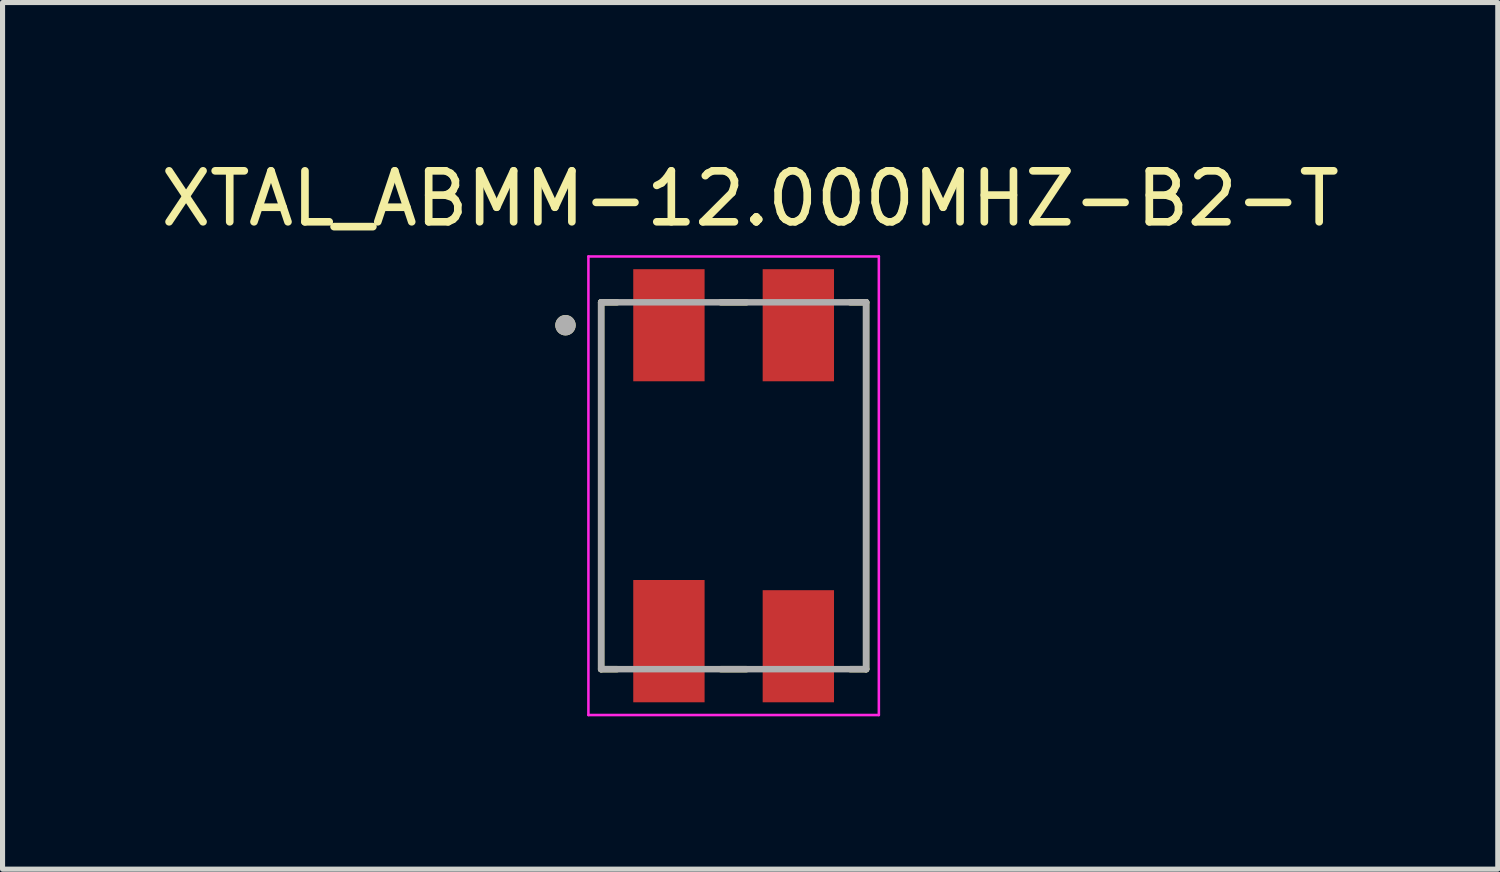
<source format=kicad_pcb>
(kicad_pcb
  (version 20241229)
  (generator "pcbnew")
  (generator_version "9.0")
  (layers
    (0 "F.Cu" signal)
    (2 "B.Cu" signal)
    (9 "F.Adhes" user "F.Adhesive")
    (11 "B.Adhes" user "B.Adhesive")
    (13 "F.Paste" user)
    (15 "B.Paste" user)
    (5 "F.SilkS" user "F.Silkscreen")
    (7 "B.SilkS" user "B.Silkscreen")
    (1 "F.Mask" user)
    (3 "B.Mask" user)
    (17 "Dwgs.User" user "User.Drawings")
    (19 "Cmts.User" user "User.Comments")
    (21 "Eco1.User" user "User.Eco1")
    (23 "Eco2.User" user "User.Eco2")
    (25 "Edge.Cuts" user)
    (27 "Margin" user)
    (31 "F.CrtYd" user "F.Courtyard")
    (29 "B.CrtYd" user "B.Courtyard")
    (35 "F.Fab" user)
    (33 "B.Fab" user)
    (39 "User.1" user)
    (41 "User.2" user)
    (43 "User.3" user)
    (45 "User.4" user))
  (footprint "XTAL_ABMM-12.000MHZ-B2-T"
    (layer "F.Cu")
    (at 11.348 6.483)
    (property "Reference" "XTAL_ABMM-12.000MHZ-B2-T" (at 0.325 -5.635 0) (layer "F.SilkS") (effects (font (size 1 1) (thickness 0.15))))
    (attr smd)
    (fp_line (start -2.6 -3.6) (end -2.29 -3.6) (stroke (width 0.127) (type solid)) (layer "F.SilkS"))
    (fp_line (start -2.6 3.6) (end -2.6 -3.6) (stroke (width 0.127) (type solid)) (layer "F.SilkS"))
    (fp_line (start -2.29 3.6) (end -2.6 3.6) (stroke (width 0.127) (type solid)) (layer "F.SilkS"))
    (fp_line (start -0.25 3.6) (end 0.25 3.6) (stroke (width 0.127) (type solid)) (layer "F.SilkS"))
    (fp_line (start 0.25 -3.6) (end -0.25 -3.6) (stroke (width 0.127) (type solid)) (layer "F.SilkS"))
    (fp_line (start 2.29 -3.6) (end 2.6 -3.6) (stroke (width 0.127) (type solid)) (layer "F.SilkS"))
    (fp_line (start 2.6 -3.6) (end 2.6 3.6) (stroke (width 0.127) (type solid)) (layer "F.SilkS"))
    (fp_line (start 2.6 3.6) (end 2.29 3.6) (stroke (width 0.127) (type solid)) (layer "F.SilkS"))
    (fp_circle (center -3.3 -3.15) (end -3.2 -3.15) (stroke (width 0.2) (type solid)) (fill no) (layer "F.SilkS"))
    (fp_line (start -2.85 -4.5) (end 2.85 -4.5) (stroke (width 0.05) (type solid)) (layer "F.CrtYd"))
    (fp_line (start -2.85 4.5) (end -2.85 -4.5) (stroke (width 0.05) (type solid)) (layer "F.CrtYd"))
    (fp_line (start 2.85 -4.5) (end 2.85 4.5) (stroke (width 0.05) (type solid)) (layer "F.CrtYd"))
    (fp_line (start 2.85 4.5) (end -2.85 4.5) (stroke (width 0.05) (type solid)) (layer "F.CrtYd"))
    (fp_line (start -2.6 -3.6) (end 2.6 -3.6) (stroke (width 0.127) (type solid)) (layer "F.Fab"))
    (fp_line (start -2.6 3.6) (end -2.6 -3.6) (stroke (width 0.127) (type solid)) (layer "F.Fab"))
    (fp_line (start 2.6 -3.6) (end 2.6 3.6) (stroke (width 0.127) (type solid)) (layer "F.Fab"))
    (fp_line (start 2.6 3.6) (end -2.6 3.6) (stroke (width 0.127) (type solid)) (layer "F.Fab"))
    (fp_circle (center -3.3 -3.15) (end -3.2 -3.15) (stroke (width 0.2) (type solid)) (fill no) (layer "F.Fab"))
    (pad "1" smd rect (at -1.27 -3.15) (size 1.4 2.2) (layers "F.Cu" "F.Mask" "F.Paste"))
    (pad "2" smd rect (at 1.27 -3.15) (size 1.4 2.2) (layers "F.Cu" "F.Mask" "F.Paste"))
    (pad "3" smd rect (at 1.27 3.15) (size 1.4 2.2) (layers "F.Cu" "F.Mask" "F.Paste"))
    (pad "4" smd rect (at -1.27 3.05) (size 1.4 2.4) (layers "F.Cu" "F.Mask" "F.Paste")))
  (gr_rect
    (start -3 -3)
    (end 26.345 14.008)
    (stroke (width 0.1) (type default))
    (fill no)
    (layer "Edge.Cuts")))
</source>
